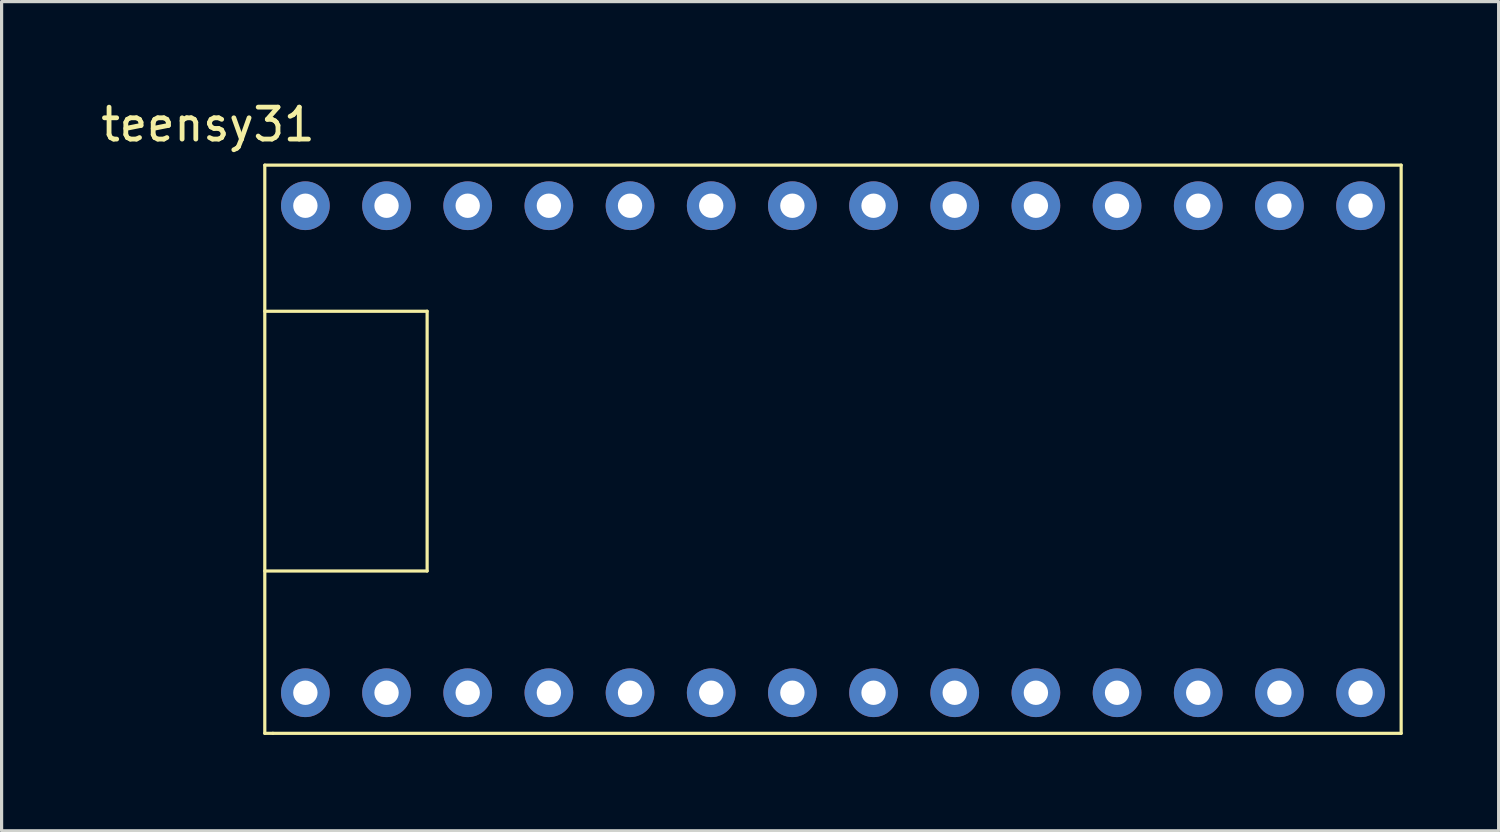
<source format=kicad_pcb>
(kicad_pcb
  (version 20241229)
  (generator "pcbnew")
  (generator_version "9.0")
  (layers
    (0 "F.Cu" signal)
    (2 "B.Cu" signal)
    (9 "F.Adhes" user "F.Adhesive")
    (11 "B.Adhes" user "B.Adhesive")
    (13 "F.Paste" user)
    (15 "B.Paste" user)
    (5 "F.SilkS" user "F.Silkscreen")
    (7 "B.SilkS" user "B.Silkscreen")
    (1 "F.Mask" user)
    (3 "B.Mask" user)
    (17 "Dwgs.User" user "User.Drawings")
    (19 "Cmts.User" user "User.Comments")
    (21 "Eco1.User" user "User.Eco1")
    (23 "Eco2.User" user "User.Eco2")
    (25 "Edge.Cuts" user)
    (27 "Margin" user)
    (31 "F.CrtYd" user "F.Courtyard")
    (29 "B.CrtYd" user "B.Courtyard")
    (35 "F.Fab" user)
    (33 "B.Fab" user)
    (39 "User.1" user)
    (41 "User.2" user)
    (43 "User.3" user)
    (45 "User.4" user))
  (footprint "teensy31"
    (layer "F.Cu")
    (at 5.236 2.118)
    (property "Reference" "teensy31" (at -1.778 -1.27 0) (layer "F.SilkS") (effects (font (size 1 1) (thickness 0.15))))
    (attr through_hole)
    (fp_line (start 0 0) (end 35.56 0) (stroke (width 0.1) (type solid)) (layer "F.SilkS"))
    (fp_line (start 0 4.572) (end 5.08 4.572) (stroke (width 0.1) (type solid)) (layer "F.SilkS"))
    (fp_line (start 0 17.78) (end 0 0) (stroke (width 0.1) (type solid)) (layer "F.SilkS"))
    (fp_line (start 0.254 17.78) (end 0 17.78) (stroke (width 0.1) (type solid)) (layer "F.SilkS"))
    (fp_line (start 5.08 4.572) (end 5.08 12.7) (stroke (width 0.1) (type solid)) (layer "F.SilkS"))
    (fp_line (start 5.08 12.7) (end 0 12.7) (stroke (width 0.1) (type solid)) (layer "F.SilkS"))
    (fp_line (start 35.56 0) (end 35.56 17.78) (stroke (width 0.1) (type solid)) (layer "F.SilkS"))
    (fp_line (start 35.56 17.78) (end 0.254 17.78) (stroke (width 0.1) (type solid)) (layer "F.SilkS"))
    (pad "1" thru_hole circle (at 1.27 16.51) (size 1.524 1.524) (drill 0.762) (layers "*.Cu" "*.Mask"))
    (pad "2" thru_hole circle (at 3.81 16.51) (size 1.524 1.524) (drill 0.762) (layers "*.Cu" "*.Mask"))
    (pad "3" thru_hole circle (at 6.35 16.51) (size 1.524 1.524) (drill 0.762) (layers "*.Cu" "*.Mask"))
    (pad "4" thru_hole circle (at 8.89 16.51) (size 1.524 1.524) (drill 0.762) (layers "*.Cu" "*.Mask"))
    (pad "5" thru_hole circle (at 11.43 16.51) (size 1.524 1.524) (drill 0.762) (layers "*.Cu" "*.Mask"))
    (pad "6" thru_hole circle (at 13.97 16.51) (size 1.524 1.524) (drill 0.762) (layers "*.Cu" "*.Mask"))
    (pad "7" thru_hole circle (at 16.51 16.51) (size 1.524 1.524) (drill 0.762) (layers "*.Cu" "*.Mask"))
    (pad "8" thru_hole circle (at 19.05 16.51) (size 1.524 1.524) (drill 0.762) (layers "*.Cu" "*.Mask"))
    (pad "9" thru_hole circle (at 21.59 16.51) (size 1.524 1.524) (drill 0.762) (layers "*.Cu" "*.Mask"))
    (pad "10" thru_hole circle (at 24.13 16.51) (size 1.524 1.524) (drill 0.762) (layers "*.Cu" "*.Mask"))
    (pad "11" thru_hole circle (at 26.67 16.51) (size 1.524 1.524) (drill 0.762) (layers "*.Cu" "*.Mask"))
    (pad "12" thru_hole circle (at 29.21 16.51) (size 1.524 1.524) (drill 0.762) (layers "*.Cu" "*.Mask"))
    (pad "13" thru_hole circle (at 31.75 16.51) (size 1.524 1.524) (drill 0.762) (layers "*.Cu" "*.Mask"))
    (pad "14" thru_hole circle (at 34.29 16.51) (size 1.524 1.524) (drill 0.762) (layers "*.Cu" "*.Mask"))
    (pad "20" thru_hole circle (at 34.29 1.27) (size 1.524 1.524) (drill 0.762) (layers "*.Cu" "*.Mask"))
    (pad "21" thru_hole circle (at 31.75 1.27) (size 1.524 1.524) (drill 0.762) (layers "*.Cu" "*.Mask"))
    (pad "22" thru_hole circle (at 29.21 1.27) (size 1.524 1.524) (drill 0.762) (layers "*.Cu" "*.Mask"))
    (pad "23" thru_hole circle (at 26.67 1.27) (size 1.524 1.524) (drill 0.762) (layers "*.Cu" "*.Mask"))
    (pad "24" thru_hole circle (at 24.13 1.27) (size 1.524 1.524) (drill 0.762) (layers "*.Cu" "*.Mask"))
    (pad "25" thru_hole circle (at 21.59 1.27) (size 1.524 1.524) (drill 0.762) (layers "*.Cu" "*.Mask"))
    (pad "26" thru_hole circle (at 19.05 1.27) (size 1.524 1.524) (drill 0.762) (layers "*.Cu" "*.Mask"))
    (pad "27" thru_hole circle (at 16.51 1.27) (size 1.524 1.524) (drill 0.762) (layers "*.Cu" "*.Mask"))
    (pad "28" thru_hole circle (at 13.97 1.27) (size 1.524 1.524) (drill 0.762) (layers "*.Cu" "*.Mask"))
    (pad "29" thru_hole circle (at 11.43 1.27) (size 1.524 1.524) (drill 0.762) (layers "*.Cu" "*.Mask"))
    (pad "30" thru_hole circle (at 8.89 1.27) (size 1.524 1.524) (drill 0.762) (layers "*.Cu" "*.Mask"))
    (pad "31" thru_hole circle (at 6.35 1.27) (size 1.524 1.524) (drill 0.762) (layers "*.Cu" "*.Mask"))
    (pad "32" thru_hole circle (at 3.81 1.27) (size 1.524 1.524) (drill 0.762) (layers "*.Cu" "*.Mask"))
    (pad "33" thru_hole circle (at 1.27 1.27) (size 1.524 1.524) (drill 0.762) (layers "*.Cu" "*.Mask")))
  (gr_rect
    (start -3 -3)
    (end 43.846 22.948)
    (stroke (width 0.1) (type default))
    (fill no)
    (layer "Edge.Cuts")))
</source>
